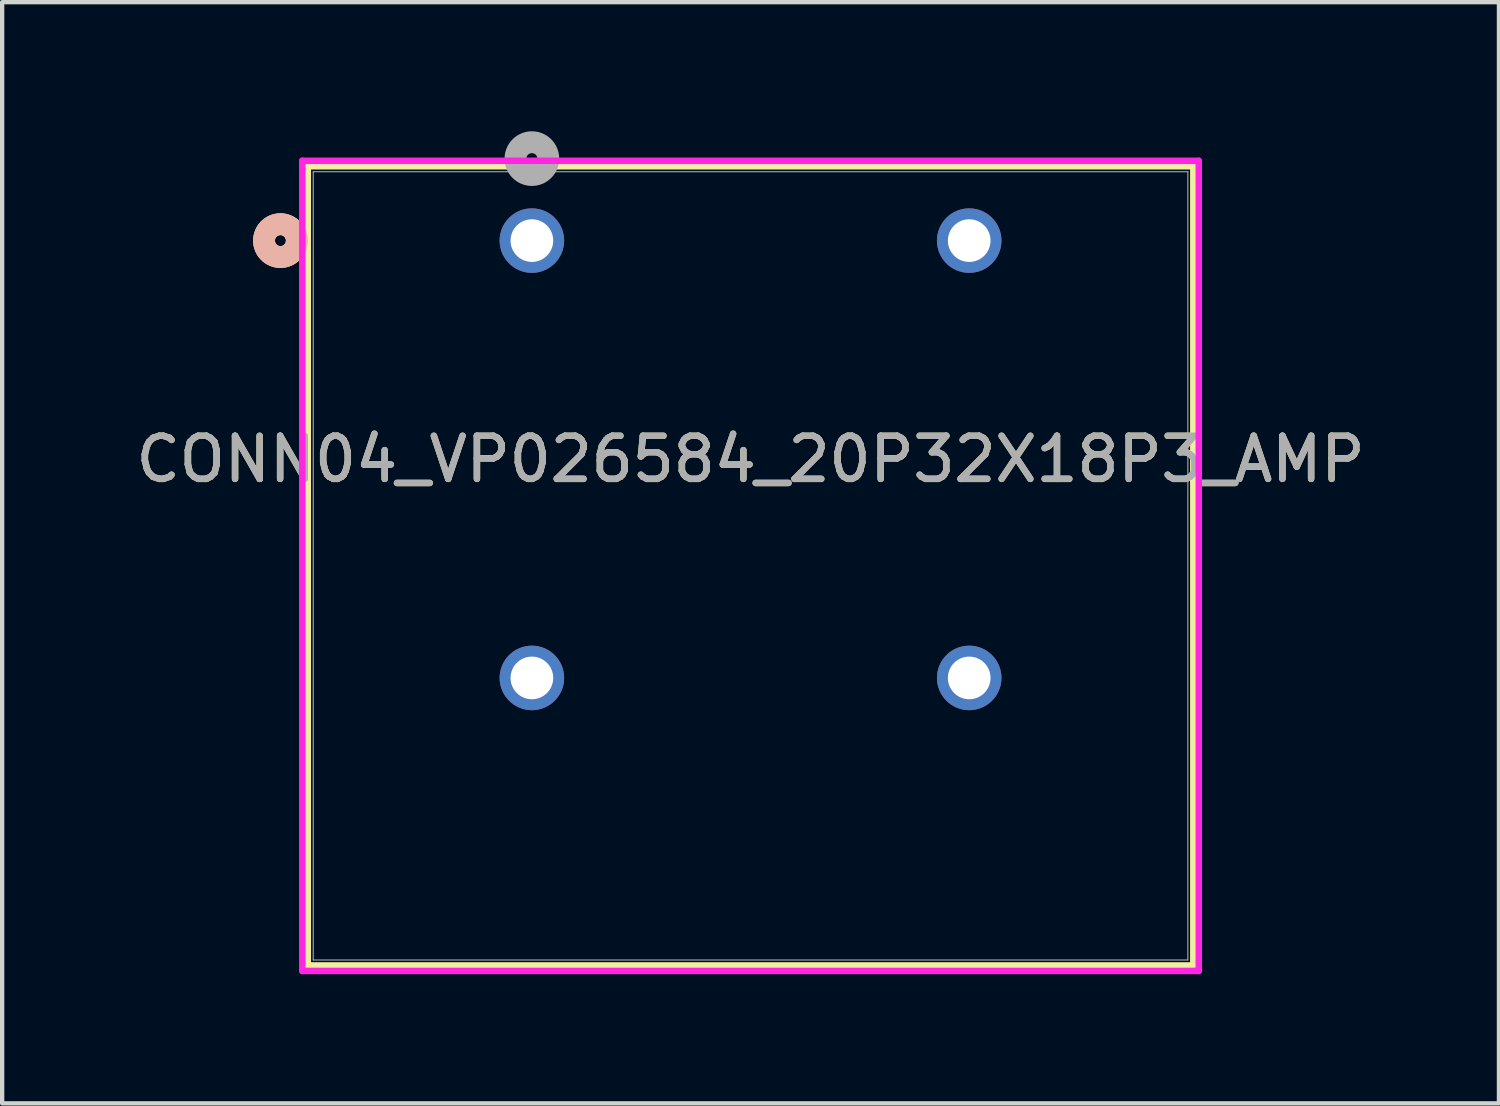
<source format=kicad_pcb>
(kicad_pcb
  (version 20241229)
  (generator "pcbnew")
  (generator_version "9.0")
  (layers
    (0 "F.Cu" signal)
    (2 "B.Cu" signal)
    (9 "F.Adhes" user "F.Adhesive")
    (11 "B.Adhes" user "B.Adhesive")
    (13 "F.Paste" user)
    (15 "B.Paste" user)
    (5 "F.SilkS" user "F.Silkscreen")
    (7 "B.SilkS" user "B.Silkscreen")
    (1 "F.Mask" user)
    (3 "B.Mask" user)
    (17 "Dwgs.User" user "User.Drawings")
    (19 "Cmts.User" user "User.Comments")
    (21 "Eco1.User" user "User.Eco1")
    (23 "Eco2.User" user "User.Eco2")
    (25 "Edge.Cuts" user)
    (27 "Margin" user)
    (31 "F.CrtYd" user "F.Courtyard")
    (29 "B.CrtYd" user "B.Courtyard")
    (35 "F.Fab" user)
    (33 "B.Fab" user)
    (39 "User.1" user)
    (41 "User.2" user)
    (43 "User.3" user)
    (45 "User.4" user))
  (footprint "CONN04_VP026584_20P32X18P3_AMP"
    (layer "F.Cu")
    (at 9.307 2.54)
    (property "Reference" "CONN04_VP026584_20P32X18P3_AMP" (at 5.08 5.08 0) (unlocked yes) (layer "F.SilkS") (effects (font (size 1 1) (thickness 0.15))))
    (attr through_hole)
    (fp_line (start -5.207 -1.727) (end -5.207 16.84) (stroke (width 0.152) (type solid)) (layer "F.SilkS"))
    (fp_line (start -5.207 16.84) (end 15.367 16.84) (stroke (width 0.152) (type solid)) (layer "F.SilkS"))
    (fp_line (start 15.367 -1.727) (end -5.207 -1.727) (stroke (width 0.152) (type solid)) (layer "F.SilkS"))
    (fp_line (start 15.367 16.84) (end 15.367 -1.727) (stroke (width 0.152) (type solid)) (layer "F.SilkS"))
    (fp_circle (center -5.842 0) (end -5.461 0) (stroke (width 0.508) (type solid)) (fill no) (layer "F.SilkS"))
    (fp_circle (center -5.842 0) (end -5.461 0) (stroke (width 0.508) (type solid)) (fill no) (layer "B.SilkS"))
    (fp_line (start -5.334 -1.854) (end -5.334 16.967) (stroke (width 0.152) (type solid)) (layer "F.CrtYd"))
    (fp_line (start -5.334 16.967) (end 15.494 16.967) (stroke (width 0.152) (type solid)) (layer "F.CrtYd"))
    (fp_line (start 15.494 -1.854) (end -5.334 -1.854) (stroke (width 0.152) (type solid)) (layer "F.CrtYd"))
    (fp_line (start 15.494 16.967) (end 15.494 -1.854) (stroke (width 0.152) (type solid)) (layer "F.CrtYd"))
    (fp_line (start -5.08 -1.6) (end -5.08 16.713) (stroke (width 0.025) (type solid)) (layer "F.Fab"))
    (fp_line (start -5.08 16.713) (end 15.24 16.713) (stroke (width 0.025) (type solid)) (layer "F.Fab"))
    (fp_line (start 15.24 -1.6) (end -5.08 -1.6) (stroke (width 0.025) (type solid)) (layer "F.Fab"))
    (fp_line (start 15.24 16.713) (end 15.24 -1.6) (stroke (width 0.025) (type solid)) (layer "F.Fab"))
    (fp_circle (center 0 -1.905) (end 0.381 -1.905) (stroke (width 0.508) (type solid)) (fill no) (layer "F.Fab"))
    (fp_text user "${REFERENCE}" (at 5.08 5.08 0) (unlocked yes) (layer "F.Fab") (effects (font (size 1 1) (thickness 0.15))))
    (pad "1" thru_hole circle (at 0 0) (size 1.499 1.499) (drill 0.991) (layers "*.Cu" "*.Mask"))
    (pad "2" thru_hole circle (at 0 10.16) (size 1.499 1.499) (drill 0.991) (layers "*.Cu" "*.Mask"))
    (pad "3" thru_hole circle (at 10.16 0) (size 1.499 1.499) (drill 0.991) (layers "*.Cu" "*.Mask"))
    (pad "4" thru_hole circle (at 10.16 10.16) (size 1.499 1.499) (drill 0.991) (layers "*.Cu" "*.Mask")))
  (gr_rect
    (start -3 -3)
    (end 31.774 22.584)
    (stroke (width 0.1) (type default))
    (fill no)
    (layer "Edge.Cuts")))
</source>
